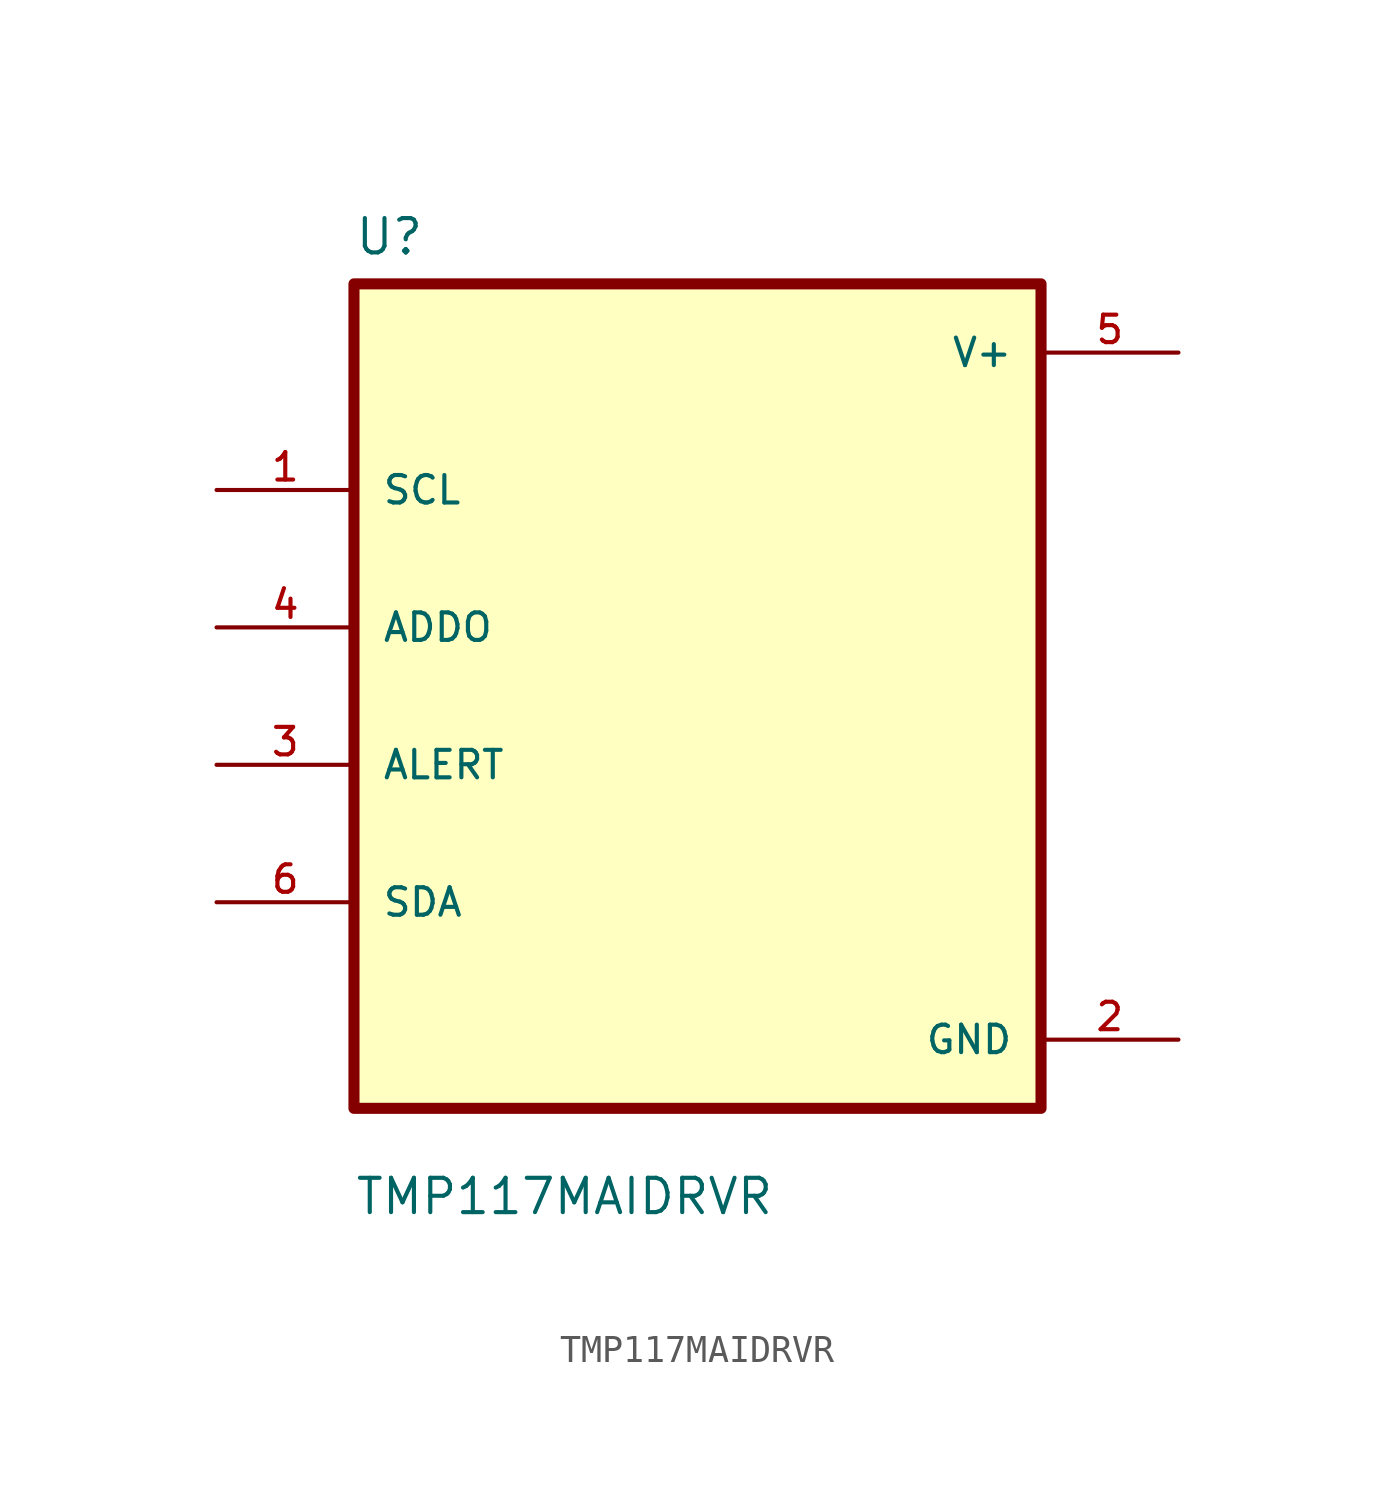
<source format=kicad_sym>
(kicad_symbol_lib
  (version 20211014)
  (generator kicad_symbol_editor)
  (symbol "TMP117MAIDRVR"
    (pin_names
      (offset 1.016))
    (property "Reference" "U"
      (at -12.7 16.24 0.0)
      (effects (font (size 1.27 1.27)) (justify bottom left)))
    (property "Value" "TMP117MAIDRVR"
      (at -12.7 -19.24 0.0)
      (effects (font (size 1.27 1.27)) (justify bottom left)))
    (symbol "TMP117MAIDRVR_0_0"
      (rectangle (start -12.7 -15.24) (end 12.7 15.24) (stroke (width 0.41)) (fill (type background)))
      (pin input line (at -17.78 7.62 0) (length 5.08) (name "SCL" (effects (font (size 1.016 1.016)))) (number "1" (effects (font (size 1.016 1.016)))))
      (pin bidirectional line (at -17.78 2.54 0) (length 5.08) (name "ADDO" (effects (font (size 1.016 1.016)))) (number "4" (effects (font (size 1.016 1.016)))))
      (pin bidirectional line (at -17.78 -2.54 0) (length 5.08) (name "ALERT" (effects (font (size 1.016 1.016)))) (number "3" (effects (font (size 1.016 1.016)))))
      (pin bidirectional line (at -17.78 -7.62 0) (length 5.08) (name "SDA" (effects (font (size 1.016 1.016)))) (number "6" (effects (font (size 1.016 1.016)))))
      (pin power_in line (at 17.78 12.7 180.0) (length 5.08) (name "V+" (effects (font (size 1.016 1.016)))) (number "5" (effects (font (size 1.016 1.016)))))
      (pin power_in line (at 17.78 -12.7 180.0) (length 5.08) (name "GND" (effects (font (size 1.016 1.016)))) (number "2" (effects (font (size 1.016 1.016))))))))
</source>
